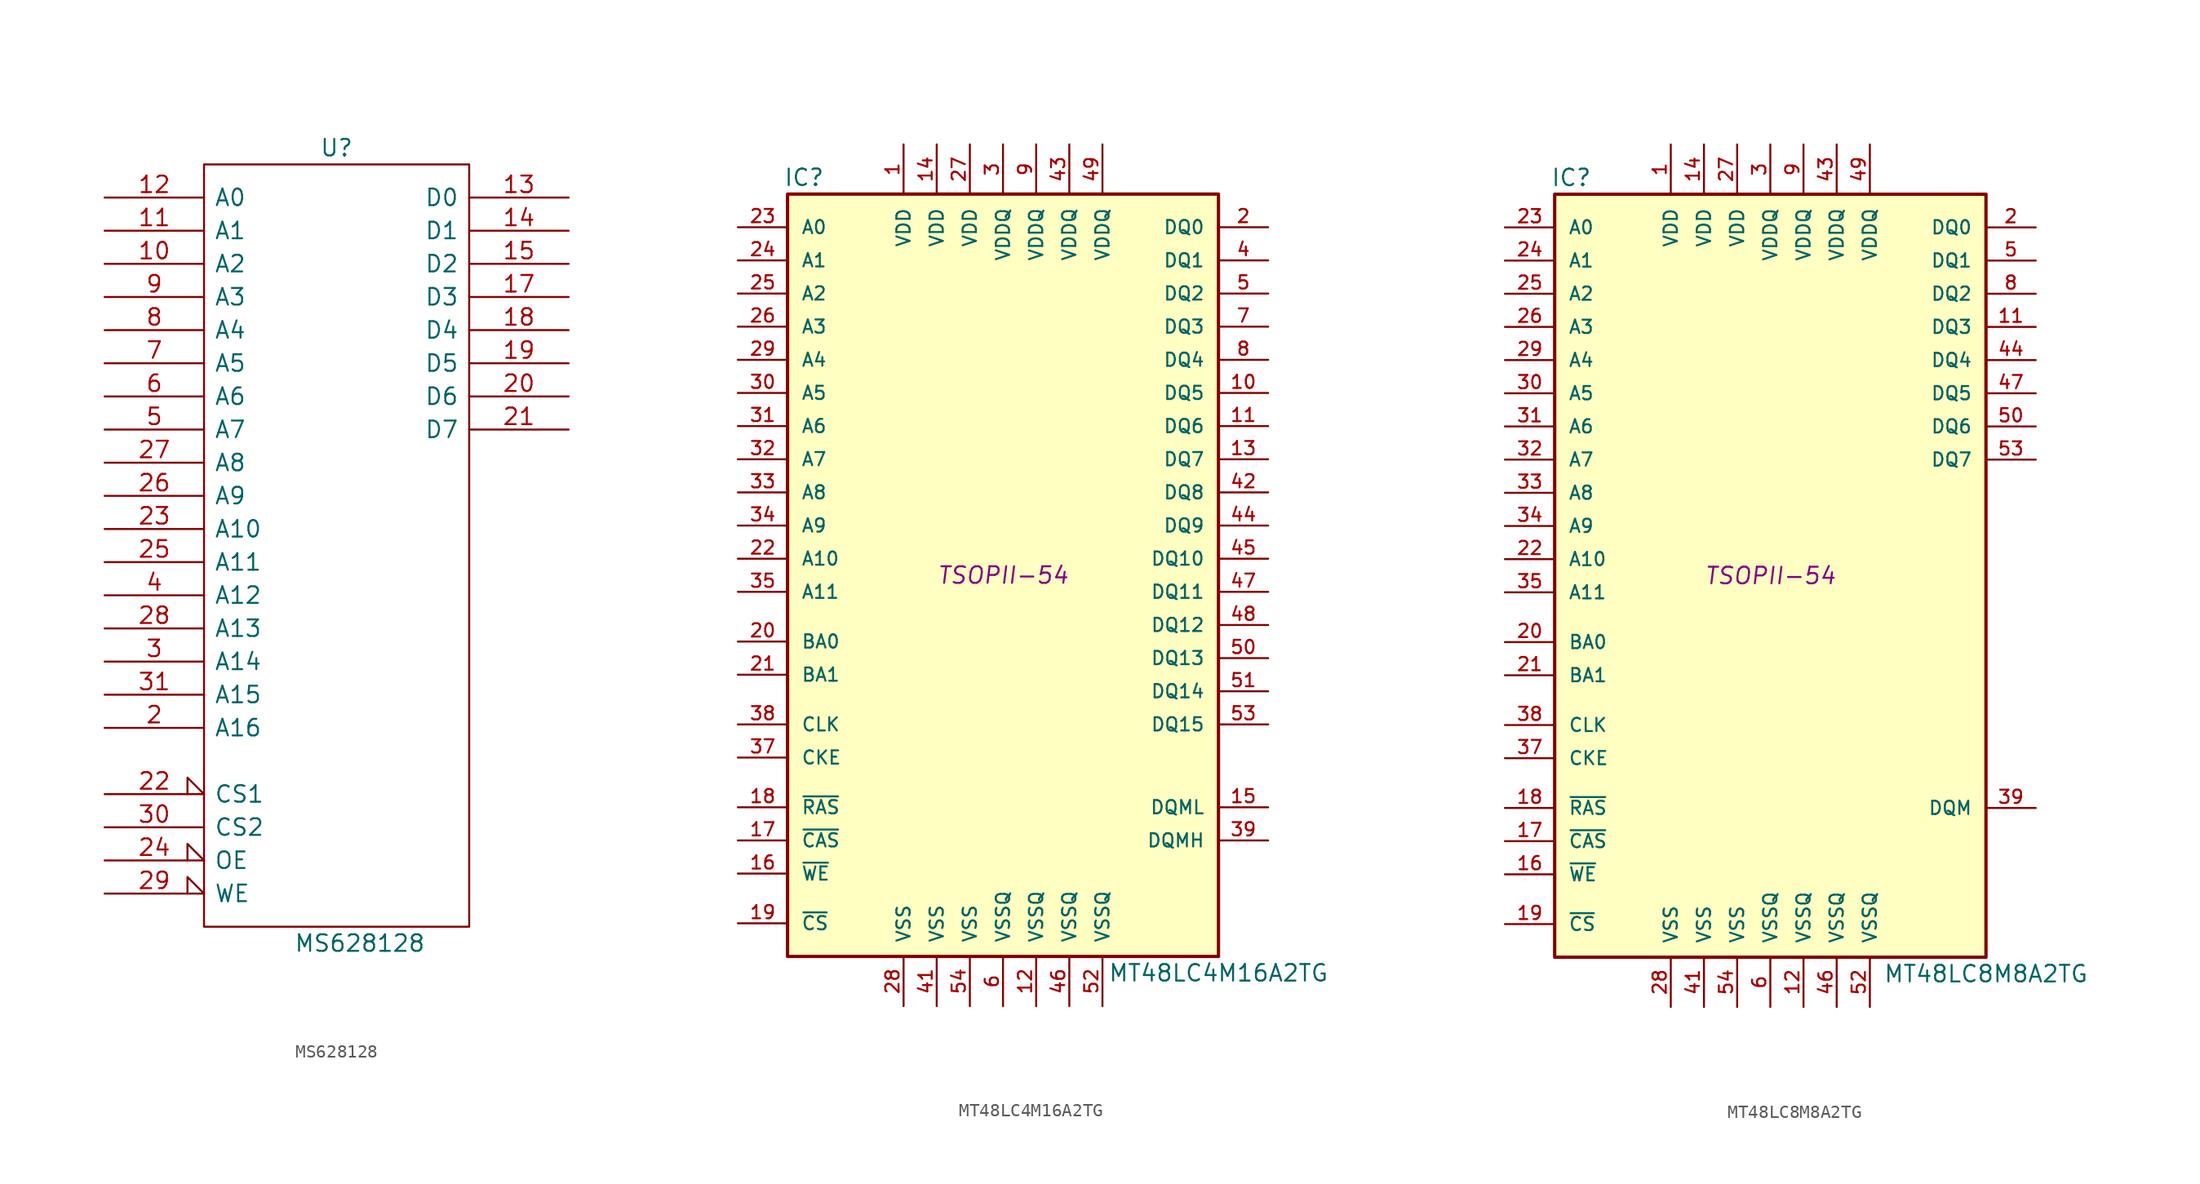
<source format=kicad_sym>
(kicad_symbol_lib
  (version 20231120)
  (generator "kicad_symbol_editor")
  (generator_version "8.0")
  (symbol "MS628128"
    (pin_names
      (offset 0.762))
    (property "Reference" "U"
      (at 0 30.48 0)
      (effects (font (size 1.27 1.27))))
    (property "Value" "MS628128"
      (at 1.778 -30.48 0)
      (effects (font (size 1.27 1.27))))
    (property "Footprint" ""
      (at 0 0 0)
      (effects (font (size 1.27 1.27))))
    (property "Datasheet" ""
      (at 0 0 0)
      (effects (font (size 1.27 1.27))))
    (symbol "MS628128_0_1"
      (rectangle (start -10.16 -29.21) (end 10.16 29.21) (stroke (width 0) (type solid)) (fill (type none))))
    (symbol "MS628128_1_1"
      (pin input line (at -17.78 21.59 0) (length 7.62) (name "A2" (effects (font (size 1.27 1.27)))) (number "10" (effects (font (size 1.27 1.27)))))
      (pin input line (at -17.78 24.13 0) (length 7.62) (name "A1" (effects (font (size 1.27 1.27)))) (number "11" (effects (font (size 1.27 1.27)))))
      (pin input line (at -17.78 26.67 0) (length 7.62) (name "A0" (effects (font (size 1.27 1.27)))) (number "12" (effects (font (size 1.27 1.27)))))
      (pin tri_state line (at 17.78 26.67 180) (length 7.62) (name "D0" (effects (font (size 1.27 1.27)))) (number "13" (effects (font (size 1.27 1.27)))))
      (pin tri_state line (at 17.78 24.13 180) (length 7.62) (name "D1" (effects (font (size 1.27 1.27)))) (number "14" (effects (font (size 1.27 1.27)))))
      (pin tri_state line (at 17.78 21.59 180) (length 7.62) (name "D2" (effects (font (size 1.27 1.27)))) (number "15" (effects (font (size 1.27 1.27)))))
      (pin power_in line (at 0 -30.48 90) (length 1.27) hide (name "GND" (effects (font (size 0.762 0.762)))) (number "16" (effects (font (size 0.762 0.762)))))
      (pin bidirectional line (at 17.78 19.05 180) (length 7.62) (name "D3" (effects (font (size 1.27 1.27)))) (number "17" (effects (font (size 1.27 1.27)))))
      (pin tri_state line (at 17.78 16.51 180) (length 7.62) (name "D4" (effects (font (size 1.27 1.27)))) (number "18" (effects (font (size 1.27 1.27)))))
      (pin tri_state line (at 17.78 13.97 180) (length 7.62) (name "D5" (effects (font (size 1.27 1.27)))) (number "19" (effects (font (size 1.27 1.27)))))
      (pin input line (at -17.78 -13.97 0) (length 7.62) (name "A16" (effects (font (size 1.27 1.27)))) (number "2" (effects (font (size 1.27 1.27)))))
      (pin tri_state line (at 17.78 11.43 180) (length 7.62) (name "D6" (effects (font (size 1.27 1.27)))) (number "20" (effects (font (size 1.27 1.27)))))
      (pin tri_state line (at 17.78 8.89 180) (length 7.62) (name "D7" (effects (font (size 1.27 1.27)))) (number "21" (effects (font (size 1.27 1.27)))))
      (pin input input_low (at -17.78 -19.05 0) (length 7.62) (name "CS1" (effects (font (size 1.27 1.27)))) (number "22" (effects (font (size 1.27 1.27)))))
      (pin input line (at -17.78 1.27 0) (length 7.62) (name "A10" (effects (font (size 1.27 1.27)))) (number "23" (effects (font (size 1.27 1.27)))))
      (pin input input_low (at -17.78 -24.13 0) (length 7.62) (name "OE" (effects (font (size 1.27 1.27)))) (number "24" (effects (font (size 1.27 1.27)))))
      (pin input line (at -17.78 -1.27 0) (length 7.62) (name "A11" (effects (font (size 1.27 1.27)))) (number "25" (effects (font (size 1.27 1.27)))))
      (pin input line (at -17.78 3.81 0) (length 7.62) (name "A9" (effects (font (size 1.27 1.27)))) (number "26" (effects (font (size 1.27 1.27)))))
      (pin input line (at -17.78 6.35 0) (length 7.62) (name "A8" (effects (font (size 1.27 1.27)))) (number "27" (effects (font (size 1.27 1.27)))))
      (pin input line (at -17.78 -6.35 0) (length 7.62) (name "A13" (effects (font (size 1.27 1.27)))) (number "28" (effects (font (size 1.27 1.27)))))
      (pin input input_low (at -17.78 -26.67 0) (length 7.62) (name "WE" (effects (font (size 1.27 1.27)))) (number "29" (effects (font (size 1.27 1.27)))))
      (pin input line (at -17.78 -8.89 0) (length 7.62) (name "A14" (effects (font (size 1.27 1.27)))) (number "3" (effects (font (size 1.27 1.27)))))
      (pin input line (at -17.78 -21.59 0) (length 7.62) (name "CS2" (effects (font (size 1.27 1.27)))) (number "30" (effects (font (size 1.27 1.27)))))
      (pin input line (at -17.78 -11.43 0) (length 7.62) (name "A15" (effects (font (size 1.27 1.27)))) (number "31" (effects (font (size 1.27 1.27)))))
      (pin power_in line (at 0 30.48 270) (length 1.27) hide (name "VCC" (effects (font (size 0.762 0.762)))) (number "32" (effects (font (size 0.762 0.762)))))
      (pin input line (at -17.78 -3.81 0) (length 7.62) (name "A12" (effects (font (size 1.27 1.27)))) (number "4" (effects (font (size 1.27 1.27)))))
      (pin input line (at -17.78 8.89 0) (length 7.62) (name "A7" (effects (font (size 1.27 1.27)))) (number "5" (effects (font (size 1.27 1.27)))))
      (pin input line (at -17.78 11.43 0) (length 7.62) (name "A6" (effects (font (size 1.27 1.27)))) (number "6" (effects (font (size 1.27 1.27)))))
      (pin input line (at -17.78 13.97 0) (length 7.62) (name "A5" (effects (font (size 1.27 1.27)))) (number "7" (effects (font (size 1.27 1.27)))))
      (pin input line (at -17.78 16.51 0) (length 7.62) (name "A4" (effects (font (size 1.27 1.27)))) (number "8" (effects (font (size 1.27 1.27)))))
      (pin input line (at -17.78 19.05 0) (length 7.62) (name "A3" (effects (font (size 1.27 1.27)))) (number "9" (effects (font (size 1.27 1.27)))))))
  (symbol "MT48LC4M16A2TG"
    (pin_names
      (offset 1.016))
    (property "Reference" "IC"
      (at -15.24 30.48 0)
      (effects (font (size 1.27 1.27))))
    (property "Value" "MT48LC4M16A2TG"
      (at 16.51 -30.48 0)
      (effects (font (size 1.27 1.27))))
    (property "Footprint" "TSOPII-54"
      (at 0 0 0)
      (effects (font (size 1.27 1.27) (italic yes))))
    (property "Datasheet" ""
      (at 0 -6.35 0)
      (effects (font (size 1.27 1.27))))
    (symbol "MT48LC4M16A2TG_0_1"
      (rectangle (start -16.51 29.21) (end 16.51 -29.21) (stroke (width 0.254) (type solid)) (fill (type background))))
    (symbol "MT48LC4M16A2TG_1_1"
      (pin power_in line (at -7.62 33.02 270) (length 3.81) (name "VDD" (effects (font (size 1.016 1.016)))) (number "1" (effects (font (size 1.016 1.016)))))
      (pin bidirectional line (at 20.32 13.97 180) (length 3.81) (name "DQ5" (effects (font (size 1.016 1.016)))) (number "10" (effects (font (size 1.016 1.016)))))
      (pin bidirectional line (at 20.32 11.43 180) (length 3.81) (name "DQ6" (effects (font (size 1.016 1.016)))) (number "11" (effects (font (size 1.016 1.016)))))
      (pin power_in line (at 2.54 -33.02 90) (length 3.81) (name "VSSQ" (effects (font (size 1.016 1.016)))) (number "12" (effects (font (size 1.016 1.016)))))
      (pin bidirectional line (at 20.32 8.89 180) (length 3.81) (name "DQ7" (effects (font (size 1.016 1.016)))) (number "13" (effects (font (size 1.016 1.016)))))
      (pin power_in line (at -5.08 33.02 270) (length 3.81) (name "VDD" (effects (font (size 1.016 1.016)))) (number "14" (effects (font (size 1.016 1.016)))))
      (pin input line (at 20.32 -17.78 180) (length 3.81) (name "DQML" (effects (font (size 1.016 1.016)))) (number "15" (effects (font (size 1.016 1.016)))))
      (pin input line (at -20.32 -22.86 0) (length 3.81) (name "~{WE}" (effects (font (size 1.016 1.016)))) (number "16" (effects (font (size 1.016 1.016)))))
      (pin input line (at -20.32 -20.32 0) (length 3.81) (name "~{CAS}" (effects (font (size 1.016 1.016)))) (number "17" (effects (font (size 1.016 1.016)))))
      (pin input line (at -20.32 -17.78 0) (length 3.81) (name "~{RAS}" (effects (font (size 1.016 1.016)))) (number "18" (effects (font (size 1.016 1.016)))))
      (pin input line (at -20.32 -26.67 0) (length 3.81) (name "~{CS}" (effects (font (size 1.016 1.016)))) (number "19" (effects (font (size 1.016 1.016)))))
      (pin bidirectional line (at 20.32 26.67 180) (length 3.81) (name "DQ0" (effects (font (size 1.016 1.016)))) (number "2" (effects (font (size 1.016 1.016)))))
      (pin input line (at -20.32 -5.08 0) (length 3.81) (name "BA0" (effects (font (size 1.016 1.016)))) (number "20" (effects (font (size 1.016 1.016)))))
      (pin input line (at -20.32 -7.62 0) (length 3.81) (name "BA1" (effects (font (size 1.016 1.016)))) (number "21" (effects (font (size 1.016 1.016)))))
      (pin input line (at -20.32 1.27 0) (length 3.81) (name "A10" (effects (font (size 1.016 1.016)))) (number "22" (effects (font (size 1.016 1.016)))))
      (pin input line (at -20.32 26.67 0) (length 3.81) (name "A0" (effects (font (size 1.016 1.016)))) (number "23" (effects (font (size 1.016 1.016)))))
      (pin input line (at -20.32 24.13 0) (length 3.81) (name "A1" (effects (font (size 1.016 1.016)))) (number "24" (effects (font (size 1.016 1.016)))))
      (pin input line (at -20.32 21.59 0) (length 3.81) (name "A2" (effects (font (size 1.016 1.016)))) (number "25" (effects (font (size 1.016 1.016)))))
      (pin input line (at -20.32 19.05 0) (length 3.81) (name "A3" (effects (font (size 1.016 1.016)))) (number "26" (effects (font (size 1.016 1.016)))))
      (pin power_in line (at -2.54 33.02 270) (length 3.81) (name "VDD" (effects (font (size 1.016 1.016)))) (number "27" (effects (font (size 1.016 1.016)))))
      (pin power_in line (at -7.62 -33.02 90) (length 3.81) (name "VSS" (effects (font (size 1.016 1.016)))) (number "28" (effects (font (size 1.016 1.016)))))
      (pin input line (at -20.32 16.51 0) (length 3.81) (name "A4" (effects (font (size 1.016 1.016)))) (number "29" (effects (font (size 1.016 1.016)))))
      (pin power_in line (at 0 33.02 270) (length 3.81) (name "VDDQ" (effects (font (size 1.016 1.016)))) (number "3" (effects (font (size 1.016 1.016)))))
      (pin input line (at -20.32 13.97 0) (length 3.81) (name "A5" (effects (font (size 1.016 1.016)))) (number "30" (effects (font (size 1.016 1.016)))))
      (pin input line (at -20.32 11.43 0) (length 3.81) (name "A6" (effects (font (size 1.016 1.016)))) (number "31" (effects (font (size 1.016 1.016)))))
      (pin input line (at -20.32 8.89 0) (length 3.81) (name "A7" (effects (font (size 1.016 1.016)))) (number "32" (effects (font (size 1.016 1.016)))))
      (pin input line (at -20.32 6.35 0) (length 3.81) (name "A8" (effects (font (size 1.016 1.016)))) (number "33" (effects (font (size 1.016 1.016)))))
      (pin input line (at -20.32 3.81 0) (length 3.81) (name "A9" (effects (font (size 1.016 1.016)))) (number "34" (effects (font (size 1.016 1.016)))))
      (pin input line (at -20.32 -1.27 0) (length 3.81) (name "A11" (effects (font (size 1.016 1.016)))) (number "35" (effects (font (size 1.016 1.016)))))
      (pin input line (at -20.32 -13.97 0) (length 3.81) (name "CKE" (effects (font (size 1.016 1.016)))) (number "37" (effects (font (size 1.016 1.016)))))
      (pin input line (at -20.32 -11.43 0) (length 3.81) (name "CLK" (effects (font (size 1.016 1.016)))) (number "38" (effects (font (size 1.016 1.016)))))
      (pin input line (at 20.32 -20.32 180) (length 3.81) (name "DQMH" (effects (font (size 1.016 1.016)))) (number "39" (effects (font (size 1.016 1.016)))))
      (pin bidirectional line (at 20.32 24.13 180) (length 3.81) (name "DQ1" (effects (font (size 1.016 1.016)))) (number "4" (effects (font (size 1.016 1.016)))))
      (pin power_in line (at -5.08 -33.02 90) (length 3.81) (name "VSS" (effects (font (size 1.016 1.016)))) (number "41" (effects (font (size 1.016 1.016)))))
      (pin bidirectional line (at 20.32 6.35 180) (length 3.81) (name "DQ8" (effects (font (size 1.016 1.016)))) (number "42" (effects (font (size 1.016 1.016)))))
      (pin power_in line (at 5.08 33.02 270) (length 3.81) (name "VDDQ" (effects (font (size 1.016 1.016)))) (number "43" (effects (font (size 1.016 1.016)))))
      (pin bidirectional line (at 20.32 3.81 180) (length 3.81) (name "DQ9" (effects (font (size 1.016 1.016)))) (number "44" (effects (font (size 1.016 1.016)))))
      (pin bidirectional line (at 20.32 1.27 180) (length 3.81) (name "DQ10" (effects (font (size 1.016 1.016)))) (number "45" (effects (font (size 1.016 1.016)))))
      (pin power_in line (at 5.08 -33.02 90) (length 3.81) (name "VSSQ" (effects (font (size 1.016 1.016)))) (number "46" (effects (font (size 1.016 1.016)))))
      (pin bidirectional line (at 20.32 -1.27 180) (length 3.81) (name "DQ11" (effects (font (size 1.016 1.016)))) (number "47" (effects (font (size 1.016 1.016)))))
      (pin bidirectional line (at 20.32 -3.81 180) (length 3.81) (name "DQ12" (effects (font (size 1.016 1.016)))) (number "48" (effects (font (size 1.016 1.016)))))
      (pin power_in line (at 7.62 33.02 270) (length 3.81) (name "VDDQ" (effects (font (size 1.016 1.016)))) (number "49" (effects (font (size 1.016 1.016)))))
      (pin bidirectional line (at 20.32 21.59 180) (length 3.81) (name "DQ2" (effects (font (size 1.016 1.016)))) (number "5" (effects (font (size 1.016 1.016)))))
      (pin bidirectional line (at 20.32 -6.35 180) (length 3.81) (name "DQ13" (effects (font (size 1.016 1.016)))) (number "50" (effects (font (size 1.016 1.016)))))
      (pin bidirectional line (at 20.32 -8.89 180) (length 3.81) (name "DQ14" (effects (font (size 1.016 1.016)))) (number "51" (effects (font (size 1.016 1.016)))))
      (pin power_in line (at 7.62 -33.02 90) (length 3.81) (name "VSSQ" (effects (font (size 1.016 1.016)))) (number "52" (effects (font (size 1.016 1.016)))))
      (pin bidirectional line (at 20.32 -11.43 180) (length 3.81) (name "DQ15" (effects (font (size 1.016 1.016)))) (number "53" (effects (font (size 1.016 1.016)))))
      (pin power_in line (at -2.54 -33.02 90) (length 3.81) (name "VSS" (effects (font (size 1.016 1.016)))) (number "54" (effects (font (size 1.016 1.016)))))
      (pin power_in line (at 0 -33.02 90) (length 3.81) (name "VSSQ" (effects (font (size 1.016 1.016)))) (number "6" (effects (font (size 1.016 1.016)))))
      (pin bidirectional line (at 20.32 19.05 180) (length 3.81) (name "DQ3" (effects (font (size 1.016 1.016)))) (number "7" (effects (font (size 1.016 1.016)))))
      (pin bidirectional line (at 20.32 16.51 180) (length 3.81) (name "DQ4" (effects (font (size 1.016 1.016)))) (number "8" (effects (font (size 1.016 1.016)))))
      (pin power_in line (at 2.54 33.02 270) (length 3.81) (name "VDDQ" (effects (font (size 1.016 1.016)))) (number "9" (effects (font (size 1.016 1.016)))))))
  (symbol "MT48LC8M8A2TG"
    (pin_names
      (offset 1.016))
    (property "Reference" "IC"
      (at -15.24 30.48 0)
      (effects (font (size 1.27 1.27))))
    (property "Value" "MT48LC8M8A2TG"
      (at 16.51 -30.48 0)
      (effects (font (size 1.27 1.27))))
    (property "Footprint" "TSOPII-54"
      (at 0 0 0)
      (effects (font (size 1.27 1.27) (italic yes))))
    (property "Datasheet" ""
      (at 0 -6.35 0)
      (effects (font (size 1.27 1.27))))
    (symbol "MT48LC8M8A2TG_0_1"
      (rectangle (start -16.51 29.21) (end 16.51 -29.21) (stroke (width 0.254) (type solid)) (fill (type background))))
    (symbol "MT48LC8M8A2TG_1_1"
      (pin power_in line (at -7.62 33.02 270) (length 3.81) (name "VDD" (effects (font (size 1.016 1.016)))) (number "1" (effects (font (size 1.016 1.016)))))
      (pin bidirectional line (at 20.32 19.05 180) (length 3.81) (name "DQ3" (effects (font (size 1.016 1.016)))) (number "11" (effects (font (size 1.016 1.016)))))
      (pin power_in line (at 2.54 -33.02 90) (length 3.81) (name "VSSQ" (effects (font (size 1.016 1.016)))) (number "12" (effects (font (size 1.016 1.016)))))
      (pin power_in line (at -5.08 33.02 270) (length 3.81) (name "VDD" (effects (font (size 1.016 1.016)))) (number "14" (effects (font (size 1.016 1.016)))))
      (pin input line (at -20.32 -22.86 0) (length 3.81) (name "~{WE}" (effects (font (size 1.016 1.016)))) (number "16" (effects (font (size 1.016 1.016)))))
      (pin input line (at -20.32 -20.32 0) (length 3.81) (name "~{CAS}" (effects (font (size 1.016 1.016)))) (number "17" (effects (font (size 1.016 1.016)))))
      (pin input line (at -20.32 -17.78 0) (length 3.81) (name "~{RAS}" (effects (font (size 1.016 1.016)))) (number "18" (effects (font (size 1.016 1.016)))))
      (pin input line (at -20.32 -26.67 0) (length 3.81) (name "~{CS}" (effects (font (size 1.016 1.016)))) (number "19" (effects (font (size 1.016 1.016)))))
      (pin bidirectional line (at 20.32 26.67 180) (length 3.81) (name "DQ0" (effects (font (size 1.016 1.016)))) (number "2" (effects (font (size 1.016 1.016)))))
      (pin input line (at -20.32 -5.08 0) (length 3.81) (name "BA0" (effects (font (size 1.016 1.016)))) (number "20" (effects (font (size 1.016 1.016)))))
      (pin input line (at -20.32 -7.62 0) (length 3.81) (name "BA1" (effects (font (size 1.016 1.016)))) (number "21" (effects (font (size 1.016 1.016)))))
      (pin input line (at -20.32 1.27 0) (length 3.81) (name "A10" (effects (font (size 1.016 1.016)))) (number "22" (effects (font (size 1.016 1.016)))))
      (pin input line (at -20.32 26.67 0) (length 3.81) (name "A0" (effects (font (size 1.016 1.016)))) (number "23" (effects (font (size 1.016 1.016)))))
      (pin input line (at -20.32 24.13 0) (length 3.81) (name "A1" (effects (font (size 1.016 1.016)))) (number "24" (effects (font (size 1.016 1.016)))))
      (pin input line (at -20.32 21.59 0) (length 3.81) (name "A2" (effects (font (size 1.016 1.016)))) (number "25" (effects (font (size 1.016 1.016)))))
      (pin input line (at -20.32 19.05 0) (length 3.81) (name "A3" (effects (font (size 1.016 1.016)))) (number "26" (effects (font (size 1.016 1.016)))))
      (pin power_in line (at -2.54 33.02 270) (length 3.81) (name "VDD" (effects (font (size 1.016 1.016)))) (number "27" (effects (font (size 1.016 1.016)))))
      (pin power_in line (at -7.62 -33.02 90) (length 3.81) (name "VSS" (effects (font (size 1.016 1.016)))) (number "28" (effects (font (size 1.016 1.016)))))
      (pin input line (at -20.32 16.51 0) (length 3.81) (name "A4" (effects (font (size 1.016 1.016)))) (number "29" (effects (font (size 1.016 1.016)))))
      (pin power_in line (at 0 33.02 270) (length 3.81) (name "VDDQ" (effects (font (size 1.016 1.016)))) (number "3" (effects (font (size 1.016 1.016)))))
      (pin input line (at -20.32 13.97 0) (length 3.81) (name "A5" (effects (font (size 1.016 1.016)))) (number "30" (effects (font (size 1.016 1.016)))))
      (pin input line (at -20.32 11.43 0) (length 3.81) (name "A6" (effects (font (size 1.016 1.016)))) (number "31" (effects (font (size 1.016 1.016)))))
      (pin input line (at -20.32 8.89 0) (length 3.81) (name "A7" (effects (font (size 1.016 1.016)))) (number "32" (effects (font (size 1.016 1.016)))))
      (pin input line (at -20.32 6.35 0) (length 3.81) (name "A8" (effects (font (size 1.016 1.016)))) (number "33" (effects (font (size 1.016 1.016)))))
      (pin input line (at -20.32 3.81 0) (length 3.81) (name "A9" (effects (font (size 1.016 1.016)))) (number "34" (effects (font (size 1.016 1.016)))))
      (pin input line (at -20.32 -1.27 0) (length 3.81) (name "A11" (effects (font (size 1.016 1.016)))) (number "35" (effects (font (size 1.016 1.016)))))
      (pin input line (at -20.32 -13.97 0) (length 3.81) (name "CKE" (effects (font (size 1.016 1.016)))) (number "37" (effects (font (size 1.016 1.016)))))
      (pin input line (at -20.32 -11.43 0) (length 3.81) (name "CLK" (effects (font (size 1.016 1.016)))) (number "38" (effects (font (size 1.016 1.016)))))
      (pin input line (at 20.32 -17.78 180) (length 3.81) (name "DQM" (effects (font (size 1.016 1.016)))) (number "39" (effects (font (size 1.016 1.016)))))
      (pin power_in line (at -5.08 -33.02 90) (length 3.81) (name "VSS" (effects (font (size 1.016 1.016)))) (number "41" (effects (font (size 1.016 1.016)))))
      (pin power_in line (at 5.08 33.02 270) (length 3.81) (name "VDDQ" (effects (font (size 1.016 1.016)))) (number "43" (effects (font (size 1.016 1.016)))))
      (pin bidirectional line (at 20.32 16.51 180) (length 3.81) (name "DQ4" (effects (font (size 1.016 1.016)))) (number "44" (effects (font (size 1.016 1.016)))))
      (pin power_in line (at 5.08 -33.02 90) (length 3.81) (name "VSSQ" (effects (font (size 1.016 1.016)))) (number "46" (effects (font (size 1.016 1.016)))))
      (pin bidirectional line (at 20.32 13.97 180) (length 3.81) (name "DQ5" (effects (font (size 1.016 1.016)))) (number "47" (effects (font (size 1.016 1.016)))))
      (pin power_in line (at 7.62 33.02 270) (length 3.81) (name "VDDQ" (effects (font (size 1.016 1.016)))) (number "49" (effects (font (size 1.016 1.016)))))
      (pin bidirectional line (at 20.32 24.13 180) (length 3.81) (name "DQ1" (effects (font (size 1.016 1.016)))) (number "5" (effects (font (size 1.016 1.016)))))
      (pin bidirectional line (at 20.32 11.43 180) (length 3.81) (name "DQ6" (effects (font (size 1.016 1.016)))) (number "50" (effects (font (size 1.016 1.016)))))
      (pin power_in line (at 7.62 -33.02 90) (length 3.81) (name "VSSQ" (effects (font (size 1.016 1.016)))) (number "52" (effects (font (size 1.016 1.016)))))
      (pin bidirectional line (at 20.32 8.89 180) (length 3.81) (name "DQ7" (effects (font (size 1.016 1.016)))) (number "53" (effects (font (size 1.016 1.016)))))
      (pin power_in line (at -2.54 -33.02 90) (length 3.81) (name "VSS" (effects (font (size 1.016 1.016)))) (number "54" (effects (font (size 1.016 1.016)))))
      (pin power_in line (at 0 -33.02 90) (length 3.81) (name "VSSQ" (effects (font (size 1.016 1.016)))) (number "6" (effects (font (size 1.016 1.016)))))
      (pin bidirectional line (at 20.32 21.59 180) (length 3.81) (name "DQ2" (effects (font (size 1.016 1.016)))) (number "8" (effects (font (size 1.016 1.016)))))
      (pin power_in line (at 2.54 33.02 270) (length 3.81) (name "VDDQ" (effects (font (size 1.016 1.016)))) (number "9" (effects (font (size 1.016 1.016))))))))
</source>
